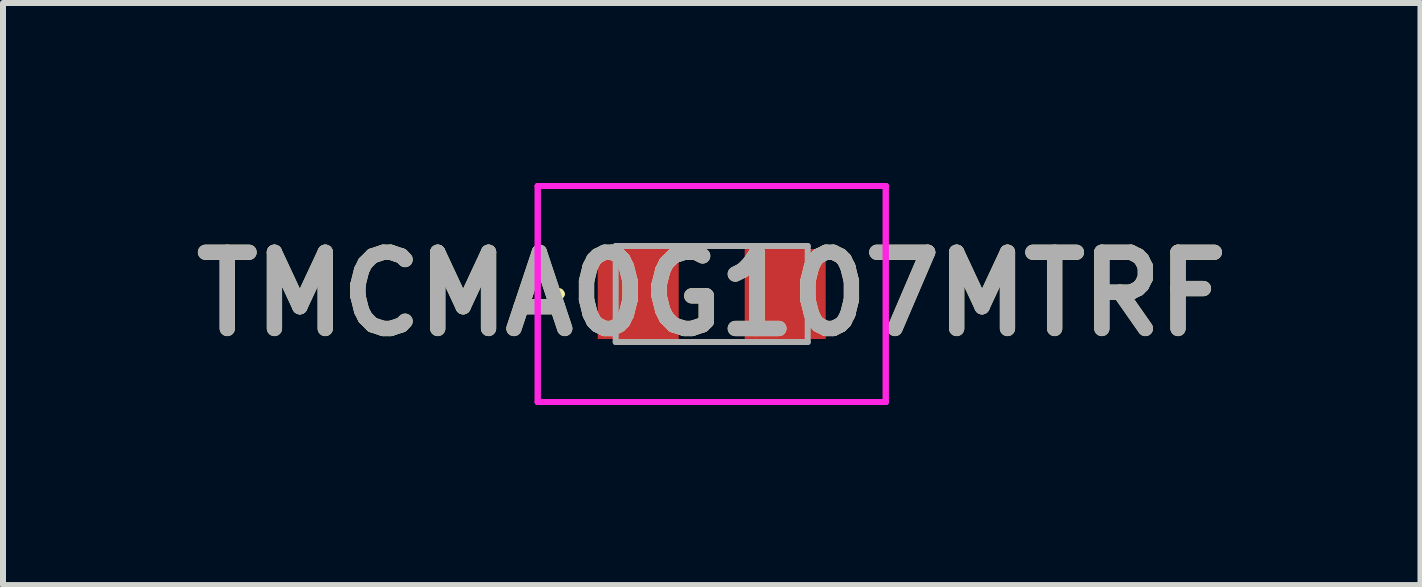
<source format=kicad_pcb>
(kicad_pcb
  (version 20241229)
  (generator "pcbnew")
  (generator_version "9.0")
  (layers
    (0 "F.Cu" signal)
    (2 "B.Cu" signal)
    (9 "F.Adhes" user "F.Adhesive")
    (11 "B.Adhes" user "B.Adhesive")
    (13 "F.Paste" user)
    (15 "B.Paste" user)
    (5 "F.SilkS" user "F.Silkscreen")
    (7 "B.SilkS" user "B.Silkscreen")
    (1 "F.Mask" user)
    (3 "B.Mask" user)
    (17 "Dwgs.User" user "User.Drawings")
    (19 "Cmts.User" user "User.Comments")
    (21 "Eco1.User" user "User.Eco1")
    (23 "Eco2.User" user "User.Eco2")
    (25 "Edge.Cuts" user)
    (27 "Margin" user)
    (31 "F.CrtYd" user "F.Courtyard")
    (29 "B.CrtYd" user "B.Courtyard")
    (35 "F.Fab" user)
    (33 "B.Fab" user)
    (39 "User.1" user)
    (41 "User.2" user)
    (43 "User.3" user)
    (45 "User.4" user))
  (footprint "TMCMA0G107MTRF"
    (layer "F.Cu")
    (at 8.811 1.85)
    (property "Reference" "TMCMA0G107MTRF" (at 0 0 0) (layer "F.SilkS") (effects (font (size 1.27 1.27) (thickness 0.254))))
    (attr smd)
    (fp_line (start -2.6 0) (end -2.6 0) (stroke (width 0.1) (type solid)) (layer "F.SilkS"))
    (fp_line (start -2.5 0) (end -2.5 0) (stroke (width 0.1) (type solid)) (layer "F.SilkS"))
    (fp_arc (start -2.6 0) (mid -2.55 -0.05) (end -2.5 0) (stroke (width 0.1) (type solid)) (layer "F.SilkS"))
    (fp_arc (start -2.5 0) (mid -2.55 0.05) (end -2.6 0) (stroke (width 0.1) (type solid)) (layer "F.SilkS"))
    (fp_line (start -2.9 -1.8) (end 2.9 -1.8) (stroke (width 0.1) (type solid)) (layer "F.CrtYd"))
    (fp_line (start -2.9 -1.8) (end 2.9 -1.8) (stroke (width 0.1) (type solid)) (layer "F.CrtYd"))
    (fp_line (start -2.9 1.8) (end -2.9 -1.8) (stroke (width 0.1) (type solid)) (layer "F.CrtYd"))
    (fp_line (start -2.9 1.8) (end -2.9 -1.8) (stroke (width 0.1) (type solid)) (layer "F.CrtYd"))
    (fp_line (start 2.9 -1.8) (end 2.9 1.8) (stroke (width 0.1) (type solid)) (layer "F.CrtYd"))
    (fp_line (start 2.9 -1.8) (end 2.9 1.8) (stroke (width 0.1) (type solid)) (layer "F.CrtYd"))
    (fp_line (start 2.9 1.8) (end -2.9 1.8) (stroke (width 0.1) (type solid)) (layer "F.CrtYd"))
    (fp_line (start 2.9 1.8) (end -2.9 1.8) (stroke (width 0.1) (type solid)) (layer "F.CrtYd"))
    (fp_line (start -1.6 -0.8) (end 1.6 -0.8) (stroke (width 0.1) (type solid)) (layer "F.Fab"))
    (fp_line (start -1.6 0.8) (end -1.6 -0.8) (stroke (width 0.1) (type solid)) (layer "F.Fab"))
    (fp_line (start 1.6 -0.8) (end 1.6 0.8) (stroke (width 0.1) (type solid)) (layer "F.Fab"))
    (fp_line (start 1.6 0.8) (end -1.6 0.8) (stroke (width 0.1) (type solid)) (layer "F.Fab"))
    (fp_text user "${REFERENCE}" (at 0 0 0) (layer "F.Fab") (effects (font (size 1.27 1.27) (thickness 0.254))))
    (pad "1" smd rect (at -1.225 0) (size 1.35 1.5) (layers "F.Cu" "F.Mask" "F.Paste"))
    (pad "2" smd rect (at 1.225 0) (size 1.35 1.5) (layers "F.Cu" "F.Mask" "F.Paste")))
  (gr_rect
    (start -3 -3)
    (end 20.623 6.7)
    (stroke (width 0.1) (type default))
    (fill no)
    (layer "Edge.Cuts")))
</source>
